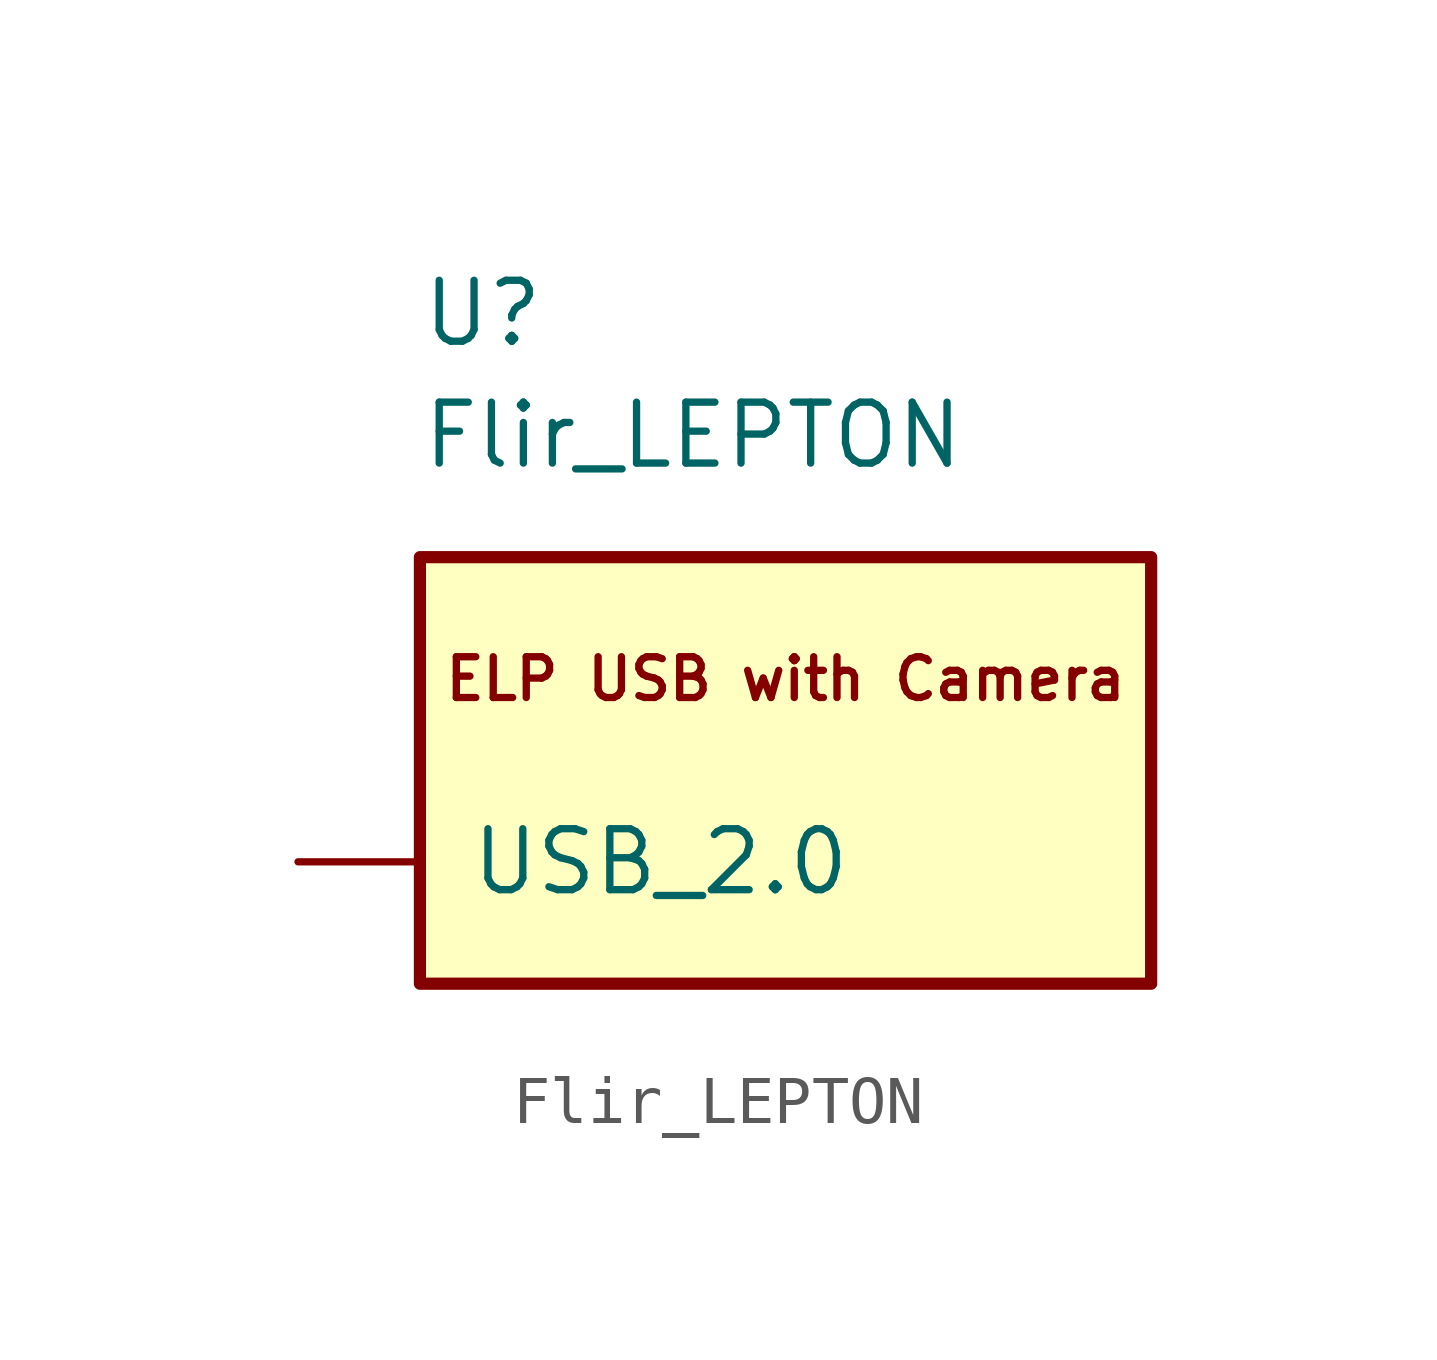
<source format=kicad_sym>
(kicad_symbol_lib
  (version 20220914)
  (generator kicad_symbol_editor)
  (symbol "Flir_LEPTON"
    (pin_names
      (offset 1.016))
    (property "Reference" "U"
      (at -7.62 13.97 0)
      (effects (font (size 1.27 1.27)) (justify left)))
    (property "Value" "Flir_LEPTON"
      (at -7.62 11.43 0)
      (effects (font (size 1.27 1.27)) (justify left)))
    (symbol "Flir_LEPTON_0_1"
      (rectangle (start -7.62 8.89) (end 7.62 0) (stroke (width 0.254) (type default)) (fill (type background))))
    (symbol "Flir_LEPTON_1_1"
      (text "ELP USB with Camera\n" (at 0 6.35 0) (effects (font (size 0.85 0.85))))
      (pin bidirectional line (at -10.16 2.54 0) (length 2.54) (name "USB_2.0" (effects (font (size 1.27 1.27)))) (number "" (effects (font (size 1.27 1.27))))))))
</source>
